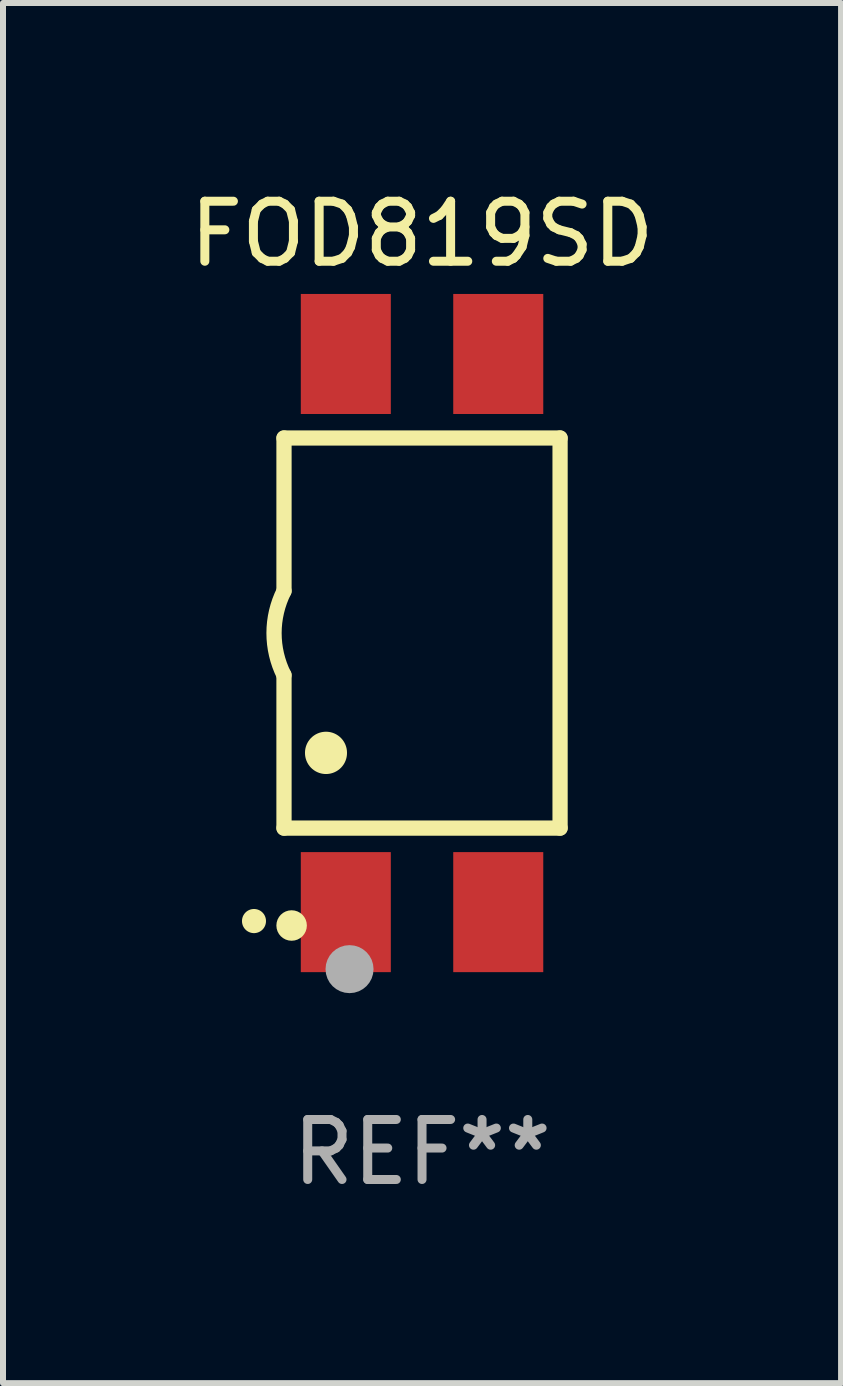
<source format=kicad_pcb>
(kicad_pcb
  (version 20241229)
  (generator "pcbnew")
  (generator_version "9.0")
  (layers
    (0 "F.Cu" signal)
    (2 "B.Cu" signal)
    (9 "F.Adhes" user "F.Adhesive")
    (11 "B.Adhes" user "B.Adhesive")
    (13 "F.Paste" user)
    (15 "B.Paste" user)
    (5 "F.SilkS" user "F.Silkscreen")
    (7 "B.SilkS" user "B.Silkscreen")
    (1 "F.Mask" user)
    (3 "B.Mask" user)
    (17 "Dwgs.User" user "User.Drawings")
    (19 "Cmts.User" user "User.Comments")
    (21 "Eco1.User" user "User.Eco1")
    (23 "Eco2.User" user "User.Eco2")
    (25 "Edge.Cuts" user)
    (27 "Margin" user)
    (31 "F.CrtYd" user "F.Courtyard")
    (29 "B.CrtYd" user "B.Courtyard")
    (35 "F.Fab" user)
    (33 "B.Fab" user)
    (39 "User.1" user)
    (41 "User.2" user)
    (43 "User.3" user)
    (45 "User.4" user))
  (footprint "FOD819SD"
    (layer "F.Cu")
    (at 3.982 7.498)
    (property "Reference" "FOD819SD" (at 0 -6.65 0) (layer "F.SilkS") (effects (font (size 1 1) (thickness 0.15))))
    (attr through_hole)
    (fp_line (start -2.3 -3.25) (end -2.3 -0.7) (stroke (width 0.254) (type solid)) (layer "F.SilkS"))
    (fp_line (start -2.3 -3.25) (end 2.3 -3.25) (stroke (width 0.254) (type solid)) (layer "F.SilkS"))
    (fp_line (start -2.3 3.25) (end -2.3 0.7) (stroke (width 0.254) (type solid)) (layer "F.SilkS"))
    (fp_line (start 2.3 -3.25) (end 2.3 3.25) (stroke (width 0.254) (type solid)) (layer "F.SilkS"))
    (fp_line (start 2.3 3.25) (end -2.3 3.25) (stroke (width 0.254) (type solid)) (layer "F.SilkS"))
    (fp_arc (start -2.800013 4.800025) (mid -2.800017 4.798755) (end -2.800013 4.797485) (stroke (width 0.4) (type solid)) (layer "F.SilkS"))
    (fp_arc (start -2.300928 0.701041) (mid -2.465983 0.000425) (end -2.300013 -0.699975) (stroke (width 0.254001) (type solid)) (layer "F.SilkS"))
    (fp_arc (start -1.600216 1.999009) (mid -1.600225 1.996469) (end -1.600216 1.993929) (stroke (width 0.700003) (type solid)) (layer "F.SilkS"))
    (fp_circle (center -2.173 4.873) (end -2.046 4.873) (stroke (width 0.254) (type solid)) (fill no) (layer "F.SilkS"))
    (fp_circle (center -1.208 5.6) (end -1.008 5.6) (stroke (width 0.4) (type solid)) (fill no) (layer "F.Fab"))
    (fp_text user "REF**" (at 0 8.65 0) (layer "F.Fab") (effects (font (size 1 1) (thickness 0.15))))
    (pad "1" smd rect (at -1.27 4.65 180) (size 1.5 2) (layers "F.Cu" "F.Mask" "F.Paste"))
    (pad "2" smd rect (at 1.27 4.65 180) (size 1.5 2) (layers "F.Cu" "F.Mask" "F.Paste"))
    (pad "3" smd rect (at 1.27 -4.65 180) (size 1.5 2) (layers "F.Cu" "F.Mask" "F.Paste"))
    (pad "4" smd rect (at -1.27 -4.65 180) (size 1.5 2) (layers "F.Cu" "F.Mask" "F.Paste")))
  (gr_rect
    (start -3 -3)
    (end 10.964 19.996)
    (stroke (width 0.1) (type default))
    (fill no)
    (layer "Edge.Cuts")))
</source>
